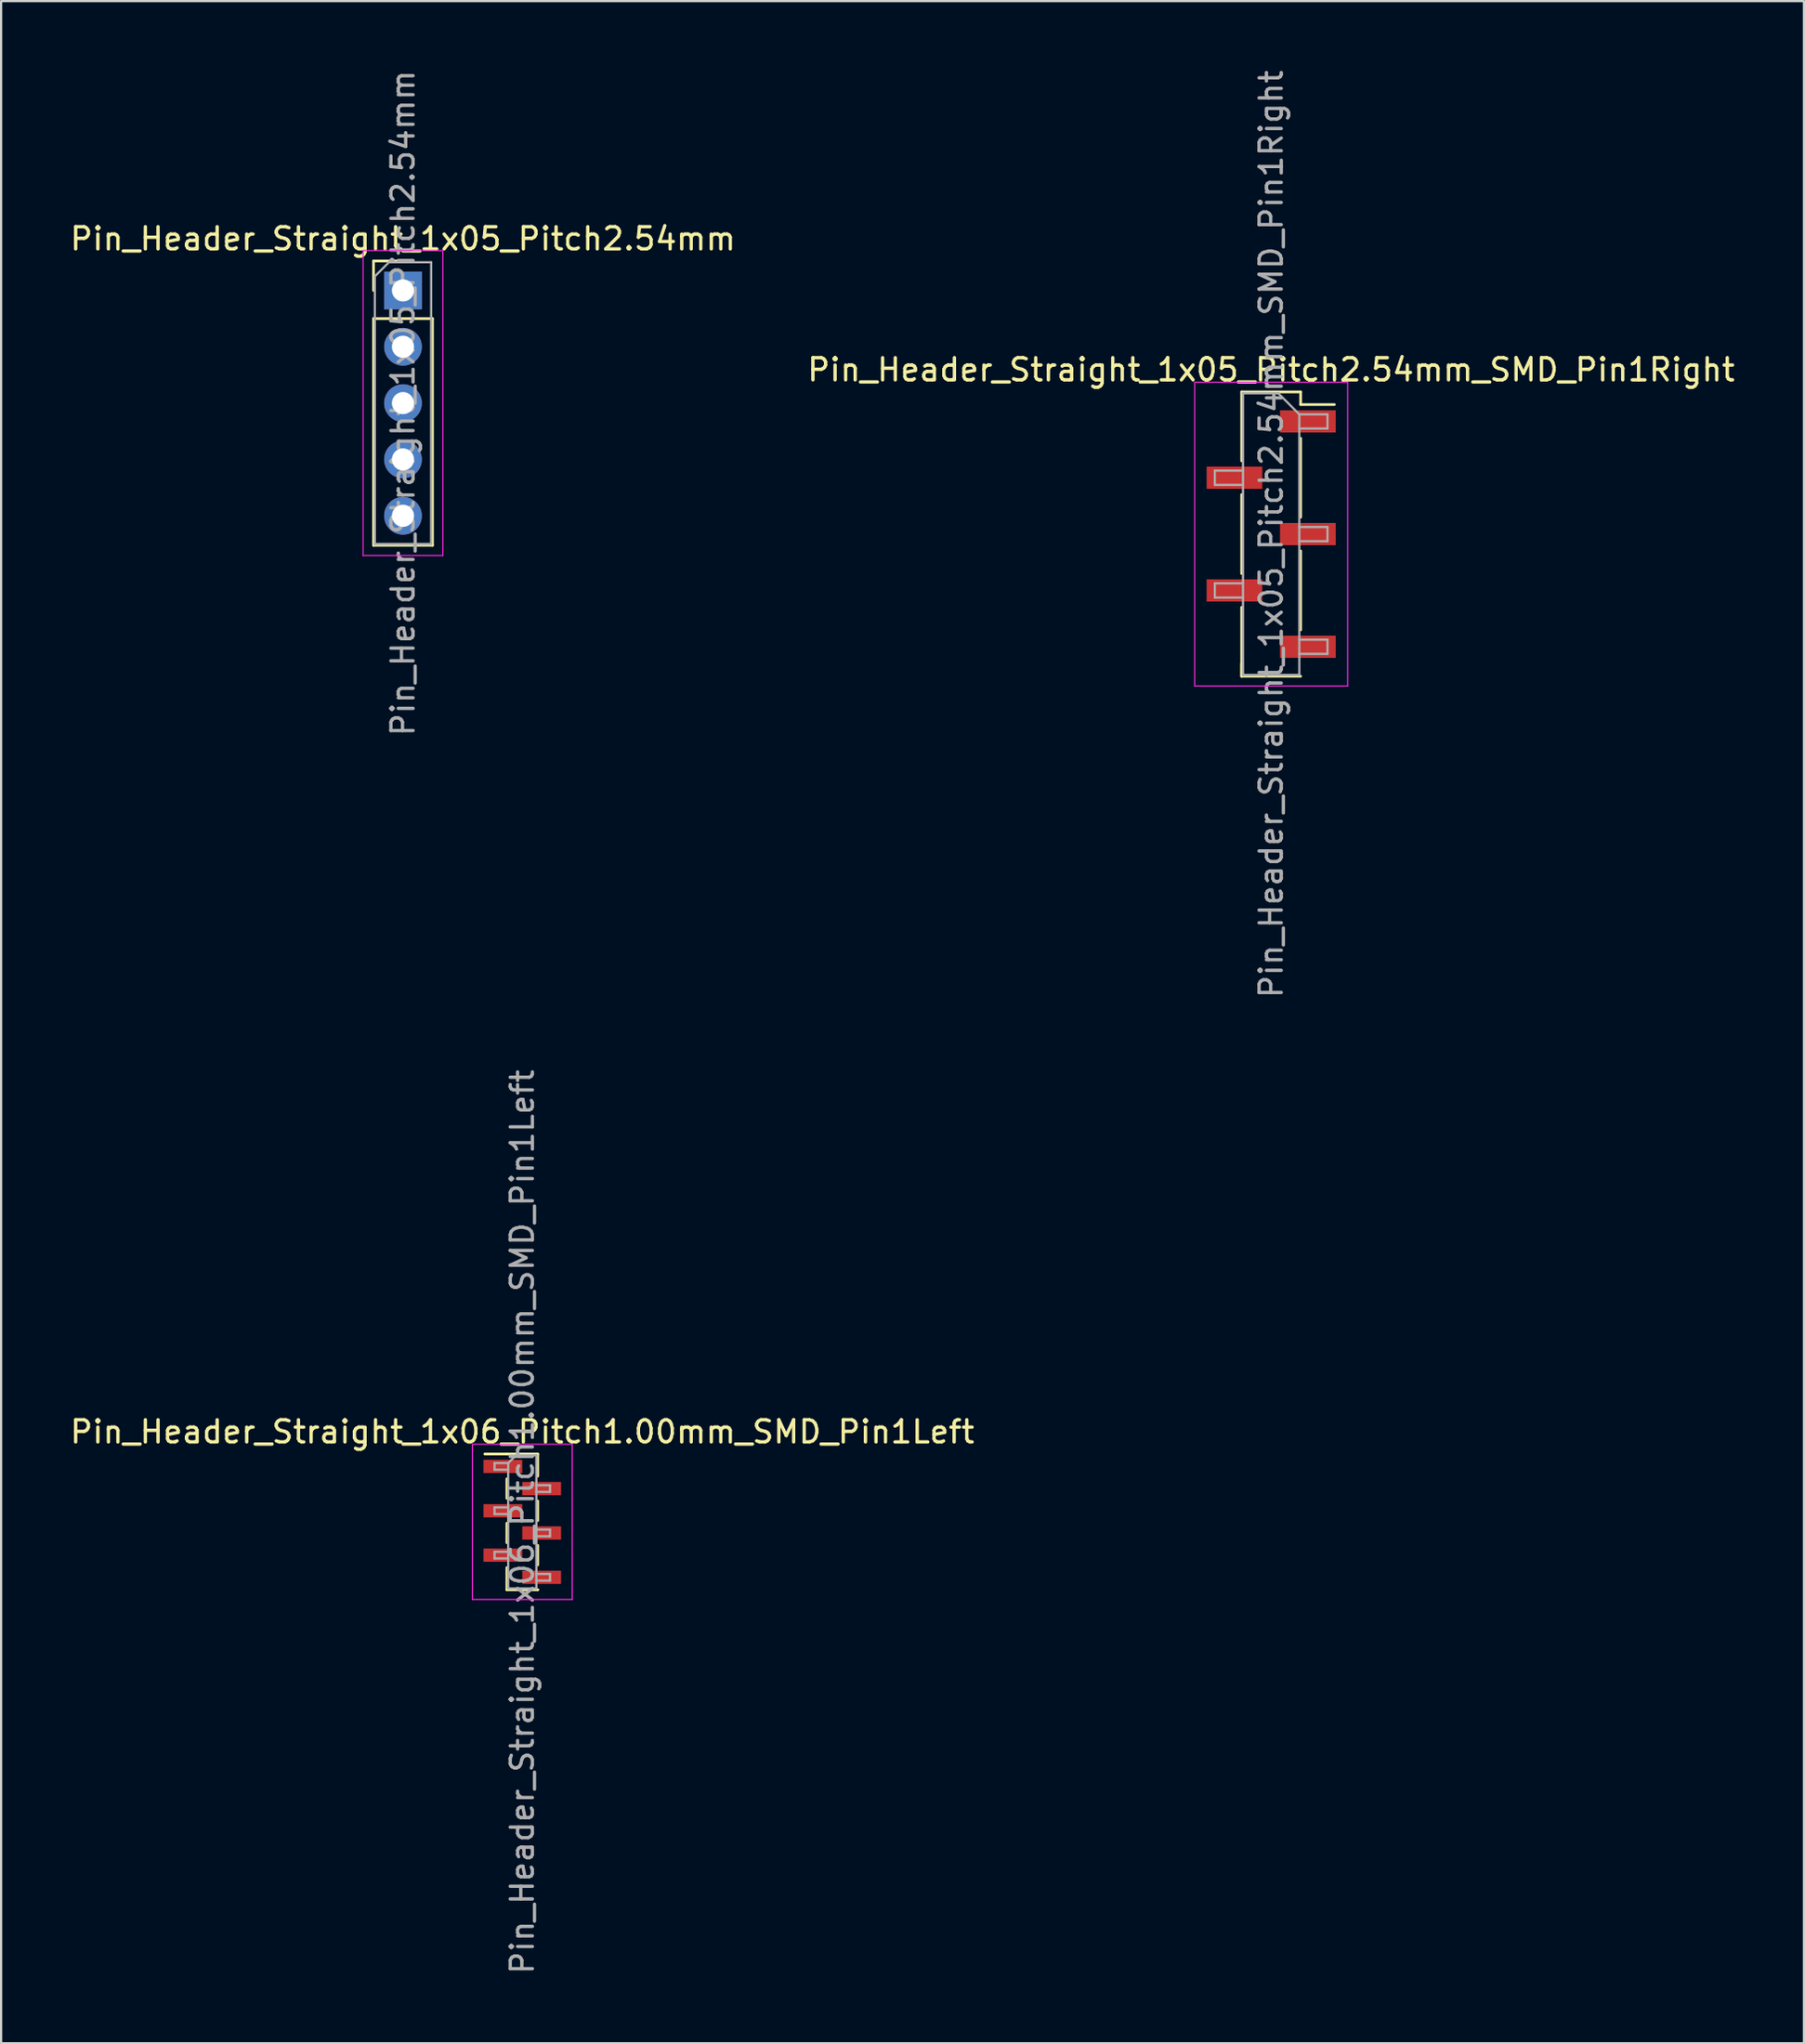
<source format=kicad_pcb>
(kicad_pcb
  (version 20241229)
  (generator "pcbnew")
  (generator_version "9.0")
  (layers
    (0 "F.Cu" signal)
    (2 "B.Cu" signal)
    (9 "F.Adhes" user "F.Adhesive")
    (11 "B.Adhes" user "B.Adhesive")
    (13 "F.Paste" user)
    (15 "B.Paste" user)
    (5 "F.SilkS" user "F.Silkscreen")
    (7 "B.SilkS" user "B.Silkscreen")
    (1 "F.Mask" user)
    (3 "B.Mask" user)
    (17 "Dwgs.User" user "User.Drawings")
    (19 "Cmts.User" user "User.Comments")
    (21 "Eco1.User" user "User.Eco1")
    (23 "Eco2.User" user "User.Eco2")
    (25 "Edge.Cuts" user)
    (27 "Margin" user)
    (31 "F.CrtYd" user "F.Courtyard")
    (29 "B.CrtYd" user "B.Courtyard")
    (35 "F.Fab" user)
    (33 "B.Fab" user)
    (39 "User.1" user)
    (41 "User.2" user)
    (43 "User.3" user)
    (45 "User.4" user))
  (footprint "Pin_Header_Straight_1x05_Pitch2.54mm"
    (layer "F.Cu")
    (at 15.125 10.045)
    (property "Reference" "Pin_Header_Straight_1x05_Pitch2.54mm" (at 0 -2.33 0) (layer "F.SilkS") (effects (font (size 1 1) (thickness 0.15))))
    (attr through_hole)
    (fp_line (start -1.33 -1.33) (end 0 -1.33) (stroke (width 0.12) (type solid)) (layer "F.SilkS"))
    (fp_line (start -1.33 0) (end -1.33 -1.33) (stroke (width 0.12) (type solid)) (layer "F.SilkS"))
    (fp_line (start -1.33 1.27) (end -1.33 11.49) (stroke (width 0.12) (type solid)) (layer "F.SilkS"))
    (fp_line (start -1.33 1.27) (end 1.33 1.27) (stroke (width 0.12) (type solid)) (layer "F.SilkS"))
    (fp_line (start -1.33 11.49) (end 1.33 11.49) (stroke (width 0.12) (type solid)) (layer "F.SilkS"))
    (fp_line (start 1.33 1.27) (end 1.33 11.49) (stroke (width 0.12) (type solid)) (layer "F.SilkS"))
    (fp_line (start -1.8 -1.8) (end -1.8 11.95) (stroke (width 0.05) (type solid)) (layer "F.CrtYd"))
    (fp_line (start -1.8 11.95) (end 1.8 11.95) (stroke (width 0.05) (type solid)) (layer "F.CrtYd"))
    (fp_line (start 1.8 -1.8) (end -1.8 -1.8) (stroke (width 0.05) (type solid)) (layer "F.CrtYd"))
    (fp_line (start 1.8 11.95) (end 1.8 -1.8) (stroke (width 0.05) (type solid)) (layer "F.CrtYd"))
    (fp_line (start -1.27 -0.635) (end -0.635 -1.27) (stroke (width 0.1) (type solid)) (layer "F.Fab"))
    (fp_line (start -1.27 11.43) (end -1.27 -0.635) (stroke (width 0.1) (type solid)) (layer "F.Fab"))
    (fp_line (start -0.635 -1.27) (end 1.27 -1.27) (stroke (width 0.1) (type solid)) (layer "F.Fab"))
    (fp_line (start 1.27 -1.27) (end 1.27 11.43) (stroke (width 0.1) (type solid)) (layer "F.Fab"))
    (fp_line (start 1.27 11.43) (end -1.27 11.43) (stroke (width 0.1) (type solid)) (layer "F.Fab"))
    (fp_text user "${REFERENCE}" (at 0 5.08 90) (layer "F.Fab") (effects (font (size 1 1) (thickness 0.15))))
    (pad "1" thru_hole rect (at 0 0) (size 1.7 1.7) (drill 1) (layers "*.Cu" "*.Mask"))
    (pad "2" thru_hole oval (at 0 2.54) (size 1.7 1.7) (drill 1) (layers "*.Cu" "*.Mask"))
    (pad "3" thru_hole oval (at 0 5.08) (size 1.7 1.7) (drill 1) (layers "*.Cu" "*.Mask"))
    (pad "4" thru_hole oval (at 0 7.62) (size 1.7 1.7) (drill 1) (layers "*.Cu" "*.Mask"))
    (pad "5" thru_hole oval (at 0 10.16) (size 1.7 1.7) (drill 1) (layers "*.Cu" "*.Mask")))
  (footprint "Pin_Header_Straight_1x06_Pitch1.00mm_SMD_Pin1Left"
    (layer "F.Cu")
    (at 20.506 65.565)
    (property "Reference" "Pin_Header_Straight_1x06_Pitch1.00mm_SMD_Pin1Left" (at 0 -4.06 0) (layer "F.SilkS") (effects (font (size 1 1) (thickness 0.15))))
    (attr smd)
    (fp_line (start -0.695 -3.06) (end -1.69 -3.06) (stroke (width 0.12) (type solid)) (layer "F.SilkS"))
    (fp_line (start -0.695 -3.06) (end -0.695 -3.06) (stroke (width 0.12) (type solid)) (layer "F.SilkS"))
    (fp_line (start -0.695 -3.06) (end 0.695 -3.06) (stroke (width 0.12) (type solid)) (layer "F.SilkS"))
    (fp_line (start -0.695 -1.94) (end -0.695 -1.06) (stroke (width 0.12) (type solid)) (layer "F.SilkS"))
    (fp_line (start -0.695 0.06) (end -0.695 0.94) (stroke (width 0.12) (type solid)) (layer "F.SilkS"))
    (fp_line (start -0.695 2.06) (end -0.695 3.06) (stroke (width 0.12) (type solid)) (layer "F.SilkS"))
    (fp_line (start -0.695 3.06) (end 0.695 3.06) (stroke (width 0.12) (type solid)) (layer "F.SilkS"))
    (fp_line (start 0.695 -3.06) (end 0.695 -2.06) (stroke (width 0.12) (type solid)) (layer "F.SilkS"))
    (fp_line (start 0.695 -0.94) (end 0.695 -0.06) (stroke (width 0.12) (type solid)) (layer "F.SilkS"))
    (fp_line (start 0.695 1.06) (end 0.695 1.94) (stroke (width 0.12) (type solid)) (layer "F.SilkS"))
    (fp_line (start 0.695 3.06) (end 0.695 3.06) (stroke (width 0.12) (type solid)) (layer "F.SilkS"))
    (fp_line (start -2.25 -3.5) (end -2.25 3.5) (stroke (width 0.05) (type solid)) (layer "F.CrtYd"))
    (fp_line (start -2.25 3.5) (end 2.25 3.5) (stroke (width 0.05) (type solid)) (layer "F.CrtYd"))
    (fp_line (start 2.25 -3.5) (end -2.25 -3.5) (stroke (width 0.05) (type solid)) (layer "F.CrtYd"))
    (fp_line (start 2.25 3.5) (end 2.25 -3.5) (stroke (width 0.05) (type solid)) (layer "F.CrtYd"))
    (fp_line (start -1.25 -2.65) (end -1.25 -2.35) (stroke (width 0.1) (type solid)) (layer "F.Fab"))
    (fp_line (start -1.25 -2.35) (end -0.635 -2.35) (stroke (width 0.1) (type solid)) (layer "F.Fab"))
    (fp_line (start -1.25 -0.65) (end -1.25 -0.35) (stroke (width 0.1) (type solid)) (layer "F.Fab"))
    (fp_line (start -1.25 -0.35) (end -0.635 -0.35) (stroke (width 0.1) (type solid)) (layer "F.Fab"))
    (fp_line (start -1.25 1.35) (end -1.25 1.65) (stroke (width 0.1) (type solid)) (layer "F.Fab"))
    (fp_line (start -1.25 1.65) (end -0.635 1.65) (stroke (width 0.1) (type solid)) (layer "F.Fab"))
    (fp_line (start -0.635 -2.65) (end -1.25 -2.65) (stroke (width 0.1) (type solid)) (layer "F.Fab"))
    (fp_line (start -0.635 -2.65) (end -0.285 -3) (stroke (width 0.1) (type solid)) (layer "F.Fab"))
    (fp_line (start -0.635 -0.65) (end -1.25 -0.65) (stroke (width 0.1) (type solid)) (layer "F.Fab"))
    (fp_line (start -0.635 1.35) (end -1.25 1.35) (stroke (width 0.1) (type solid)) (layer "F.Fab"))
    (fp_line (start -0.635 3) (end -0.635 -2.65) (stroke (width 0.1) (type solid)) (layer "F.Fab"))
    (fp_line (start -0.285 -3) (end 0.635 -3) (stroke (width 0.1) (type solid)) (layer "F.Fab"))
    (fp_line (start 0.635 -3) (end 0.635 3) (stroke (width 0.1) (type solid)) (layer "F.Fab"))
    (fp_line (start 0.635 -1.65) (end 1.25 -1.65) (stroke (width 0.1) (type solid)) (layer "F.Fab"))
    (fp_line (start 0.635 0.35) (end 1.25 0.35) (stroke (width 0.1) (type solid)) (layer "F.Fab"))
    (fp_line (start 0.635 2.35) (end 1.25 2.35) (stroke (width 0.1) (type solid)) (layer "F.Fab"))
    (fp_line (start 0.635 3) (end -0.635 3) (stroke (width 0.1) (type solid)) (layer "F.Fab"))
    (fp_line (start 1.25 -1.65) (end 1.25 -1.35) (stroke (width 0.1) (type solid)) (layer "F.Fab"))
    (fp_line (start 1.25 -1.35) (end 0.635 -1.35) (stroke (width 0.1) (type solid)) (layer "F.Fab"))
    (fp_line (start 1.25 0.35) (end 1.25 0.65) (stroke (width 0.1) (type solid)) (layer "F.Fab"))
    (fp_line (start 1.25 0.65) (end 0.635 0.65) (stroke (width 0.1) (type solid)) (layer "F.Fab"))
    (fp_line (start 1.25 2.35) (end 1.25 2.65) (stroke (width 0.1) (type solid)) (layer "F.Fab"))
    (fp_line (start 1.25 2.65) (end 0.635 2.65) (stroke (width 0.1) (type solid)) (layer "F.Fab"))
    (fp_text user "${REFERENCE}" (at 0 0 90) (layer "F.Fab") (effects (font (size 1 1) (thickness 0.15))))
    (pad "1" smd rect (at -0.875 -2.5) (size 1.75 0.6) (layers "F.Cu" "F.Mask" "F.Paste"))
    (pad "2" smd rect (at 0.875 -1.5) (size 1.75 0.6) (layers "F.Cu" "F.Mask" "F.Paste"))
    (pad "3" smd rect (at -0.875 -0.5) (size 1.75 0.6) (layers "F.Cu" "F.Mask" "F.Paste"))
    (pad "4" smd rect (at 0.875 0.5) (size 1.75 0.6) (layers "F.Cu" "F.Mask" "F.Paste"))
    (pad "5" smd rect (at -0.875 1.5) (size 1.75 0.6) (layers "F.Cu" "F.Mask" "F.Paste"))
    (pad "6" smd rect (at 0.875 2.5) (size 1.75 0.6) (layers "F.Cu" "F.Mask" "F.Paste")))
  (footprint "Pin_Header_Straight_1x05_Pitch2.54mm_SMD_Pin1Right"
    (layer "F.Cu")
    (at 54.28 21.03)
    (property "Reference" "Pin_Header_Straight_1x05_Pitch2.54mm_SMD_Pin1Right" (at 0 -7.41 0) (layer "F.SilkS") (effects (font (size 1 1) (thickness 0.15))))
    (attr smd)
    (fp_line (start -1.33 -6.41) (end -1.33 -3.3) (stroke (width 0.12) (type solid)) (layer "F.SilkS"))
    (fp_line (start -1.33 -6.41) (end 1.33 -6.41) (stroke (width 0.12) (type solid)) (layer "F.SilkS"))
    (fp_line (start -1.33 -1.78) (end -1.33 1.78) (stroke (width 0.12) (type solid)) (layer "F.SilkS"))
    (fp_line (start -1.33 3.3) (end -1.33 6.41) (stroke (width 0.12) (type solid)) (layer "F.SilkS"))
    (fp_line (start -1.33 5.84) (end -1.33 6.41) (stroke (width 0.12) (type solid)) (layer "F.SilkS"))
    (fp_line (start -1.33 6.41) (end 1.33 6.41) (stroke (width 0.12) (type solid)) (layer "F.SilkS"))
    (fp_line (start 1.33 -6.41) (end 1.33 -5.84) (stroke (width 0.12) (type solid)) (layer "F.SilkS"))
    (fp_line (start 1.33 -5.84) (end 2.85 -5.84) (stroke (width 0.12) (type solid)) (layer "F.SilkS"))
    (fp_line (start 1.33 -4.32) (end 1.33 -0.76) (stroke (width 0.12) (type solid)) (layer "F.SilkS"))
    (fp_line (start 1.33 0.76) (end 1.33 4.32) (stroke (width 0.12) (type solid)) (layer "F.SilkS"))
    (fp_line (start -3.45 -6.85) (end -3.45 6.85) (stroke (width 0.05) (type solid)) (layer "F.CrtYd"))
    (fp_line (start -3.45 6.85) (end 3.45 6.85) (stroke (width 0.05) (type solid)) (layer "F.CrtYd"))
    (fp_line (start 3.45 -6.85) (end -3.45 -6.85) (stroke (width 0.05) (type solid)) (layer "F.CrtYd"))
    (fp_line (start 3.45 6.85) (end 3.45 -6.85) (stroke (width 0.05) (type solid)) (layer "F.CrtYd"))
    (fp_line (start -2.54 -2.86) (end -2.54 -2.22) (stroke (width 0.1) (type solid)) (layer "F.Fab"))
    (fp_line (start -2.54 -2.22) (end -1.27 -2.22) (stroke (width 0.1) (type solid)) (layer "F.Fab"))
    (fp_line (start -2.54 2.22) (end -2.54 2.86) (stroke (width 0.1) (type solid)) (layer "F.Fab"))
    (fp_line (start -2.54 2.86) (end -1.27 2.86) (stroke (width 0.1) (type solid)) (layer "F.Fab"))
    (fp_line (start -1.27 -6.35) (end -1.27 6.35) (stroke (width 0.1) (type solid)) (layer "F.Fab"))
    (fp_line (start -1.27 -6.35) (end 0.32 -6.35) (stroke (width 0.1) (type solid)) (layer "F.Fab"))
    (fp_line (start -1.27 -2.86) (end -2.54 -2.86) (stroke (width 0.1) (type solid)) (layer "F.Fab"))
    (fp_line (start -1.27 2.22) (end -2.54 2.22) (stroke (width 0.1) (type solid)) (layer "F.Fab"))
    (fp_line (start 1.27 -5.4) (end 0.32 -6.35) (stroke (width 0.1) (type solid)) (layer "F.Fab"))
    (fp_line (start 1.27 -5.4) (end 2.54 -5.4) (stroke (width 0.1) (type solid)) (layer "F.Fab"))
    (fp_line (start 1.27 -0.32) (end 2.54 -0.32) (stroke (width 0.1) (type solid)) (layer "F.Fab"))
    (fp_line (start 1.27 4.76) (end 2.54 4.76) (stroke (width 0.1) (type solid)) (layer "F.Fab"))
    (fp_line (start 1.27 6.35) (end -1.27 6.35) (stroke (width 0.1) (type solid)) (layer "F.Fab"))
    (fp_line (start 1.27 6.35) (end 1.27 -5.4) (stroke (width 0.1) (type solid)) (layer "F.Fab"))
    (fp_line (start 2.54 -5.4) (end 2.54 -4.76) (stroke (width 0.1) (type solid)) (layer "F.Fab"))
    (fp_line (start 2.54 -4.76) (end 1.27 -4.76) (stroke (width 0.1) (type solid)) (layer "F.Fab"))
    (fp_line (start 2.54 -0.32) (end 2.54 0.32) (stroke (width 0.1) (type solid)) (layer "F.Fab"))
    (fp_line (start 2.54 0.32) (end 1.27 0.32) (stroke (width 0.1) (type solid)) (layer "F.Fab"))
    (fp_line (start 2.54 4.76) (end 2.54 5.4) (stroke (width 0.1) (type solid)) (layer "F.Fab"))
    (fp_line (start 2.54 5.4) (end 1.27 5.4) (stroke (width 0.1) (type solid)) (layer "F.Fab"))
    (fp_text user "${REFERENCE}" (at 0 0 90) (layer "F.Fab") (effects (font (size 1 1) (thickness 0.15))))
    (pad "1" smd rect (at 1.655 -5.08) (size 2.51 1) (layers "F.Cu" "F.Mask" "F.Paste"))
    (pad "2" smd rect (at -1.655 -2.54) (size 2.51 1) (layers "F.Cu" "F.Mask" "F.Paste"))
    (pad "3" smd rect (at 1.655 0) (size 2.51 1) (layers "F.Cu" "F.Mask" "F.Paste"))
    (pad "4" smd rect (at -1.655 2.54) (size 2.51 1) (layers "F.Cu" "F.Mask" "F.Paste"))
    (pad "5" smd rect (at 1.655 5.08) (size 2.51 1) (layers "F.Cu" "F.Mask" "F.Paste")))
  (gr_rect
    (start -3 -3)
    (end 78.31 89.071)
    (stroke (width 0.1) (type default))
    (fill no)
    (layer "Edge.Cuts")))
</source>
